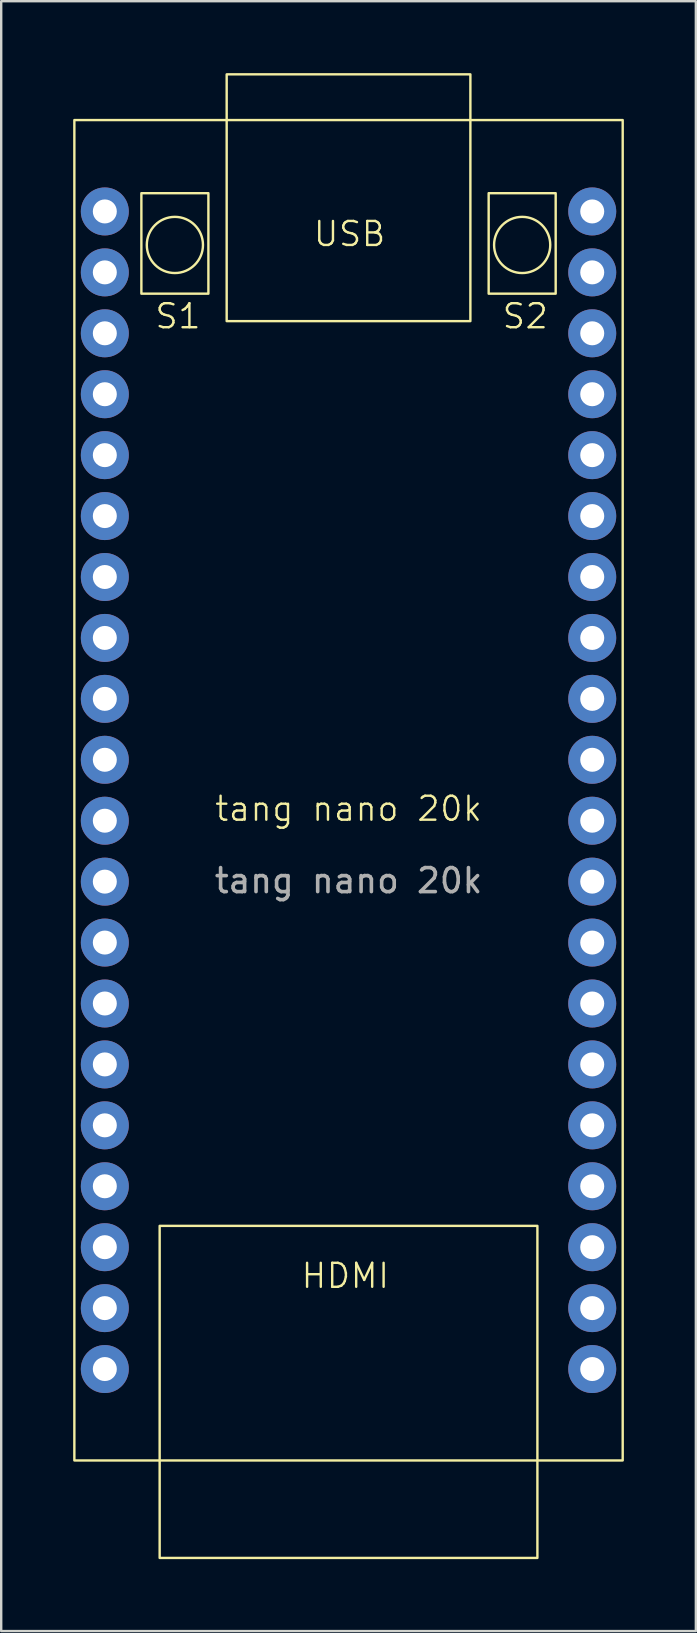
<source format=kicad_pcb>
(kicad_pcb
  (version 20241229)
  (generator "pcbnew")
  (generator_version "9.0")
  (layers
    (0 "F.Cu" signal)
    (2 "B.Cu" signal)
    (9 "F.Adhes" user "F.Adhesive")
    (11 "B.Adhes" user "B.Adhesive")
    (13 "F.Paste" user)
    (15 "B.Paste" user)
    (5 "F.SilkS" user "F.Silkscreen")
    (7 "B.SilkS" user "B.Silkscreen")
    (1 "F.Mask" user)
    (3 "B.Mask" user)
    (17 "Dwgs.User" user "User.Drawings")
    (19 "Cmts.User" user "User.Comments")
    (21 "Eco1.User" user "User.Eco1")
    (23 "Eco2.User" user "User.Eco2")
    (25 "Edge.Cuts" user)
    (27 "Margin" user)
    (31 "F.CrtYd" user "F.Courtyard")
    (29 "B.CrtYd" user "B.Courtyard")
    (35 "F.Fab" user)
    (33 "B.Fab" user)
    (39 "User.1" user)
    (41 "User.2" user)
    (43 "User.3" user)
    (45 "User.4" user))
  (footprint "tang nano 20k"
    (layer "F.Cu")
    (at 11.48 29.895)
    (property "Reference" "tang nano 20k" (at 0 0.77 0) (unlocked yes) (layer "F.SilkS") (effects (font (size 1 1) (thickness 0.1))))
    (attr through_hole)
    (fp_rect (start -11.43 -27.94) (end 11.43 27.94) (stroke (width 0.1) (type default)) (fill no) (layer "F.SilkS"))
    (fp_rect (start -8.636 -24.892) (end -5.842 -20.701) (stroke (width 0.1) (type default)) (fill no) (layer "F.SilkS"))
    (fp_rect (start -7.874 18.161) (end 7.874 32.004) (stroke (width 0.1) (type default)) (fill no) (layer "F.SilkS"))
    (fp_rect (start -5.08 -29.845) (end 5.08 -19.558) (stroke (width 0.1) (type default)) (fill no) (layer "F.SilkS"))
    (fp_rect (start 5.842 -24.892) (end 8.636 -20.701) (stroke (width 0.1) (type default)) (fill no) (layer "F.SilkS"))
    (fp_circle (center -7.239 -22.733) (end -6.477 -21.844) (stroke (width 0.1) (type default)) (fill no) (layer "F.SilkS"))
    (fp_circle (center 7.239 -22.733) (end 8.001 -21.844) (stroke (width 0.1) (type default)) (fill no) (layer "F.SilkS"))
    (fp_text user "USB" (at -1.524 -22.606 0) (unlocked yes) (layer "F.SilkS") (effects (font (size 1 1) (thickness 0.1)) (justify left bottom)))
    (fp_text user "HDMI" (at -2.032 20.828 0) (unlocked yes) (layer "F.SilkS") (effects (font (size 1 1) (thickness 0.1)) (justify left bottom)))
    (fp_text user "S2" (at 6.35 -19.177 0) (unlocked yes) (layer "F.SilkS") (effects (font (size 1 1) (thickness 0.1)) (justify left bottom)))
    (fp_text user "S1" (at -8.128 -19.177 0) (unlocked yes) (layer "F.SilkS") (effects (font (size 1 1) (thickness 0.1)) (justify left bottom)))
    (fp_text user "${REFERENCE}" (at 0 3.77 0) (unlocked yes) (layer "F.Fab") (effects (font (size 1 1) (thickness 0.15))))
    (pad "15" thru_hole circle (at -10.16 -11.43) (size 2 2) (drill 1) (layers "*.Cu" "*.Mask"))
    (pad "16" thru_hole circle (at -10.16 -8.89) (size 2 2) (drill 1) (layers "*.Cu" "*.Mask"))
    (pad "17" thru_hole circle (at -10.16 11.43) (size 2 2) (drill 1) (layers "*.Cu" "*.Mask"))
    (pad "18" thru_hole circle (at -10.16 19.05) (size 2 2) (drill 1) (layers "*.Cu" "*.Mask"))
    (pad "19" thru_hole circle (at -10.16 16.51) (size 2 2) (drill 1) (layers "*.Cu" "*.Mask"))
    (pad "20" thru_hole circle (at -10.16 13.97) (size 2 2) (drill 1) (layers "*.Cu" "*.Mask"))
    (pad "25" thru_hole circle (at -10.16 -1.27) (size 2 2) (drill 1) (layers "*.Cu" "*.Mask"))
    (pad "26" thru_hole circle (at -10.16 1.27) (size 2 2) (drill 1) (layers "*.Cu" "*.Mask"))
    (pad "27" thru_hole circle (at -10.16 -6.35) (size 2 2) (drill 1) (layers "*.Cu" "*.Mask"))
    (pad "28" thru_hole circle (at -10.16 -3.81) (size 2 2) (drill 1) (layers "*.Cu" "*.Mask"))
    (pad "29" thru_hole circle (at -10.16 3.81) (size 2 2) (drill 1) (layers "*.Cu" "*.Mask"))
    (pad "30" thru_hole circle (at -10.16 6.35) (size 2 2) (drill 1) (layers "*.Cu" "*.Mask"))
    (pad "31" thru_hole circle (at -10.16 8.89) (size 2 2) (drill 1) (layers "*.Cu" "*.Mask"))
    (pad "41" thru_hole circle (at 10.16 -11.43) (size 2 2) (drill 1) (layers "*.Cu" "*.Mask"))
    (pad "42" thru_hole circle (at 10.16 -13.97) (size 2 2) (drill 1) (layers "*.Cu" "*.Mask"))
    (pad "48" thru_hole circle (at 10.16 -1.27) (size 2 2) (drill 1) (layers "*.Cu" "*.Mask"))
    (pad "49" thru_hole circle (at 10.16 3.81) (size 2 2) (drill 1) (layers "*.Cu" "*.Mask"))
    (pad "51" thru_hole circle (at 10.16 -3.81) (size 2 2) (drill 1) (layers "*.Cu" "*.Mask"))
    (pad "52" thru_hole circle (at 10.16 24.13) (size 2 2) (drill 1) (layers "*.Cu" "*.Mask"))
    (pad "53" thru_hole circle (at 10.16 21.59) (size 2 2) (drill 1) (layers "*.Cu" "*.Mask"))
    (pad "54" thru_hole circle (at 10.16 -6.35) (size 2 2) (drill 1) (layers "*.Cu" "*.Mask"))
    (pad "55" thru_hole circle (at 10.16 1.27) (size 2 2) (drill 1) (layers "*.Cu" "*.Mask"))
    (pad "56" thru_hole circle (at 10.16 -8.89) (size 2 2) (drill 1) (layers "*.Cu" "*.Mask"))
    (pad "71" thru_hole circle (at 10.16 19.05) (size 2 2) (drill 1) (layers "*.Cu" "*.Mask"))
    (pad "72" thru_hole circle (at 10.16 16.51) (size 2 2) (drill 1) (layers "*.Cu" "*.Mask"))
    (pad "73" thru_hole circle (at -10.16 -24.13 90) (size 2 2) (drill 1) (layers "*.Cu" "*.Mask"))
    (pad "74" thru_hole circle (at -10.16 -21.59) (size 2 2) (drill 1) (layers "*.Cu" "*.Mask"))
    (pad "75" thru_hole circle (at -10.16 -19.05) (size 2 2) (drill 1) (layers "*.Cu" "*.Mask"))
    (pad "76" thru_hole circle (at 10.16 -19.05) (size 2 2) (drill 1) (layers "*.Cu" "*.Mask"))
    (pad "77" thru_hole circle (at -10.16 -13.97) (size 2 2) (drill 1) (layers "*.Cu" "*.Mask"))
    (pad "79" thru_hole circle (at 10.16 8.89) (size 2 2) (drill 1) (layers "*.Cu" "*.Mask"))
    (pad "80" thru_hole circle (at 10.16 -16.51) (size 2 2) (drill 1) (layers "*.Cu" "*.Mask"))
    (pad "85" thru_hole circle (at -10.16 -16.51) (size 2 2) (drill 1) (layers "*.Cu" "*.Mask"))
    (pad "86" thru_hole circle (at 10.16 6.35) (size 2 2) (drill 1) (layers "*.Cu" "*.Mask"))
    (pad "P1" thru_hole circle (at -10.16 21.59) (size 2 2) (drill 1) (layers "*.Cu" "*.Mask"))
    (pad "P2" thru_hole circle (at -10.16 24.13) (size 2 2) (drill 1) (layers "*.Cu" "*.Mask"))
    (pad "P3" thru_hole circle (at 10.16 -24.13) (size 2 2) (drill 1) (layers "*.Cu" "*.Mask"))
    (pad "P4" thru_hole circle (at 10.16 -21.59) (size 2 2) (drill 1) (layers "*.Cu" "*.Mask"))
    (pad "P5" thru_hole circle (at 10.16 11.43) (size 2 2) (drill 1) (layers "*.Cu" "*.Mask"))
    (pad "P6" thru_hole circle (at 10.16 13.97) (size 2 2) (drill 1) (layers "*.Cu" "*.Mask")))
  (gr_rect
    (start -3 -3)
    (end 25.96 64.949)
    (stroke (width 0.1) (type default))
    (fill no)
    (layer "Edge.Cuts")))
</source>
